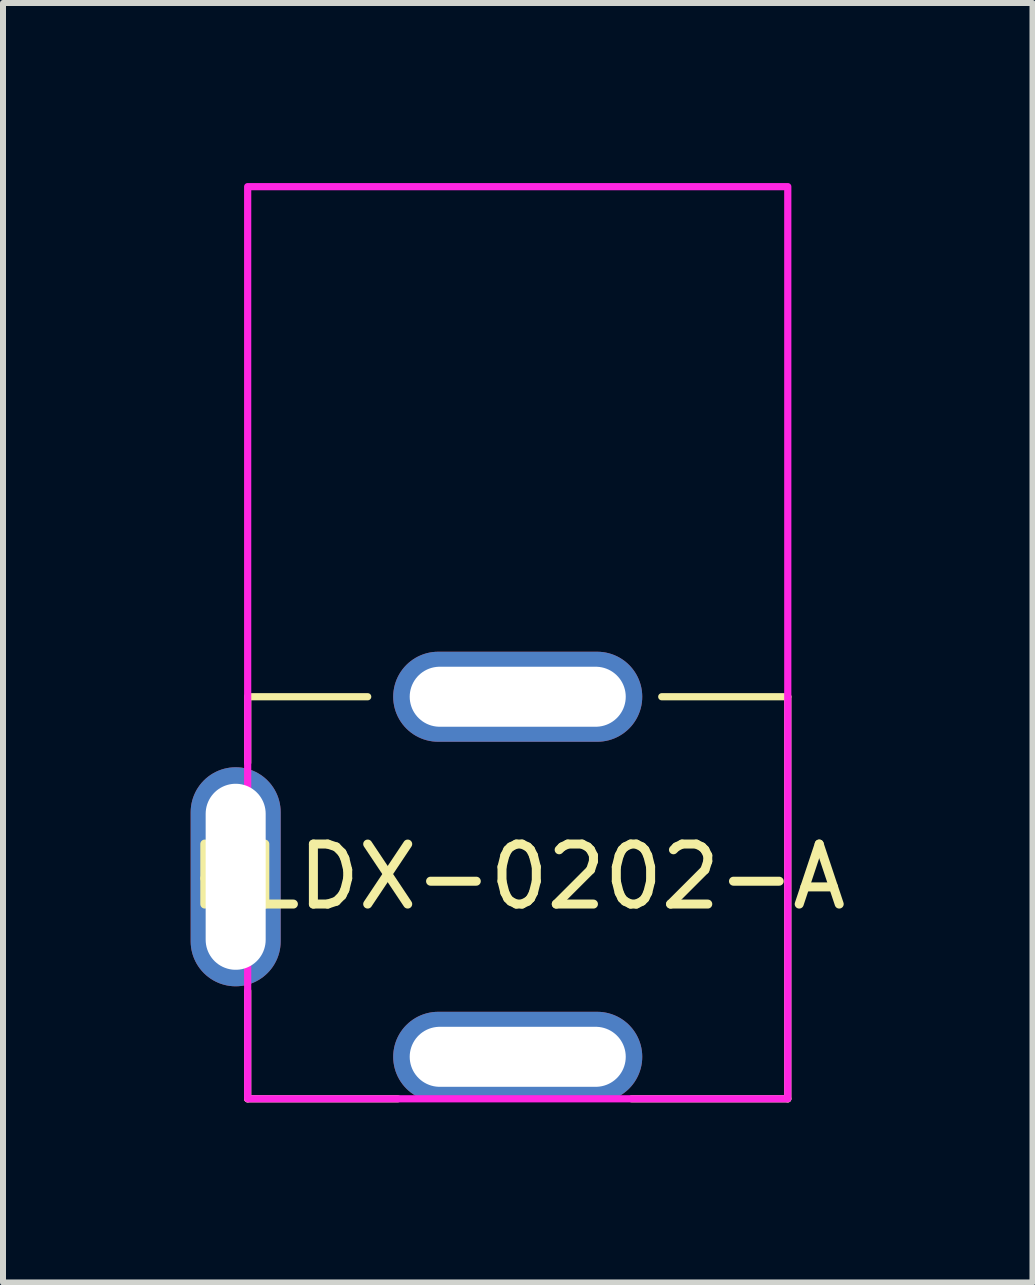
<source format=kicad_pcb>
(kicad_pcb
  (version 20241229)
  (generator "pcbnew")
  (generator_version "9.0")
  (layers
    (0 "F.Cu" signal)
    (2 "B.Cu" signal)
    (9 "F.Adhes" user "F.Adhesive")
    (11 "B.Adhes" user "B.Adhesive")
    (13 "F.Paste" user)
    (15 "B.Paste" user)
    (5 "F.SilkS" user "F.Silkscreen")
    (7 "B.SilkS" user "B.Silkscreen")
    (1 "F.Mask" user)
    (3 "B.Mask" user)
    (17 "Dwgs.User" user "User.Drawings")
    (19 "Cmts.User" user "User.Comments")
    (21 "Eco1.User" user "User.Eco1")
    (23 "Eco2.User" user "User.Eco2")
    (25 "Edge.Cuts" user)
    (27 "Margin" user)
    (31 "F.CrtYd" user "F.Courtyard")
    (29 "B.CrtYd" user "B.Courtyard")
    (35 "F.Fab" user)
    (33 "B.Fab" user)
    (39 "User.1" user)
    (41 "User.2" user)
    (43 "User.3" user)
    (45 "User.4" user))
  (footprint "KLDX-0202-A"
    (layer "F.Cu")
    (at 5.577 8.56)
    (property "Reference" "KLDX-0202-A" (at 0 3 0) (unlocked yes) (layer "F.SilkS") (effects (font (size 1 1) (thickness 0.15))))
    (attr through_hole)
    (fp_line (start -4.5 0) (end -2.5 0) (stroke (width 0.12) (type solid)) (layer "F.SilkS"))
    (fp_line (start -4.5 1.1) (end -4.5 0) (stroke (width 0.12) (type solid)) (layer "F.SilkS"))
    (fp_line (start -4.5 6.7) (end -4.5 4.9) (stroke (width 0.12) (type solid)) (layer "F.SilkS"))
    (fp_line (start -2 6.7) (end -4.5 6.7) (stroke (width 0.12) (type solid)) (layer "F.SilkS"))
    (fp_line (start 2.4 0) (end 4.5 0) (stroke (width 0.12) (type solid)) (layer "F.SilkS"))
    (fp_line (start 4.5 0) (end 4.5 6.7) (stroke (width 0.12) (type solid)) (layer "F.SilkS"))
    (fp_line (start 4.5 6.7) (end 1.9 6.7) (stroke (width 0.12) (type solid)) (layer "F.SilkS"))
    (fp_rect (start -4.5 6.7) (end 4.5 -8.5) (stroke (width 0.12) (type solid)) (fill no) (layer "F.CrtYd"))
    (pad "1" thru_hole oval (at 0 6) (size 4.15 1.5) (drill oval 3.6 1) (layers "*.Cu" "*.Mask"))
    (pad "2" thru_hole oval (at -4.7 3 270) (size 3.65 1.5) (drill oval 3.1 1) (layers "*.Cu" "*.Mask"))
    (pad "2" thru_hole oval (at 0 0) (size 4.15 1.5) (drill oval 3.6 1) (layers "*.Cu" "*.Mask")))
  (gr_rect
    (start -3 -3)
    (end 14.155 18.32)
    (stroke (width 0.1) (type default))
    (fill no)
    (layer "Edge.Cuts")))
</source>
